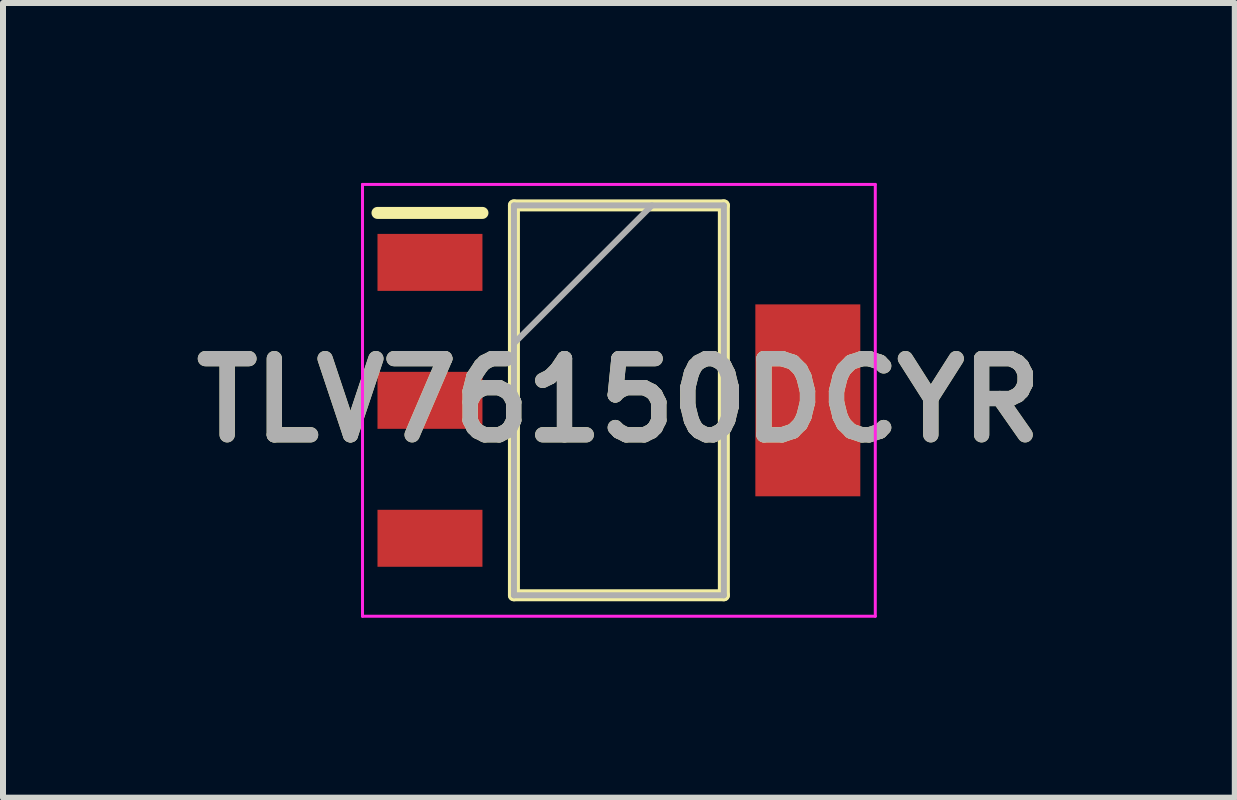
<source format=kicad_pcb>
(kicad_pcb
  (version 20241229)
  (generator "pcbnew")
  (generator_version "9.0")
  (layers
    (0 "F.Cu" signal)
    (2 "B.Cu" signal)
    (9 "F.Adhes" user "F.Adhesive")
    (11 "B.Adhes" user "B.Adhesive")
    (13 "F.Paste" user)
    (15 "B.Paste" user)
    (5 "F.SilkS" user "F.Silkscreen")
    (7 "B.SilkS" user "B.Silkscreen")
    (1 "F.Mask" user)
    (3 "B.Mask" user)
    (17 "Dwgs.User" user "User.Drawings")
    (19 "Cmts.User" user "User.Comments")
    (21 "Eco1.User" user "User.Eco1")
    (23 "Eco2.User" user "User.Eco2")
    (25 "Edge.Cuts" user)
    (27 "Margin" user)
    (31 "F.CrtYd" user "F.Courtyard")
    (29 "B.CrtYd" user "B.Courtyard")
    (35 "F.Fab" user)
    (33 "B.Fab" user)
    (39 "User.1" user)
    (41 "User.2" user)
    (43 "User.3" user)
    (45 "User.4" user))
  (footprint "TLV76150DCYR"
    (layer "F.Cu")
    (at 7.269 3.625)
    (property "Reference" "TLV76150DCYR" (at 0 0 0) (layer "F.SilkS") (effects (font (size 1.27 1.27) (thickness 0.254))))
    (attr smd)
    (fp_line (start -4.025 -3.125) (end -2.275 -3.125) (stroke (width 0.2) (type solid)) (layer "F.SilkS"))
    (fp_line (start -1.75 -3.25) (end 1.75 -3.25) (stroke (width 0.2) (type solid)) (layer "F.SilkS"))
    (fp_line (start -1.75 3.25) (end -1.75 -3.25) (stroke (width 0.2) (type solid)) (layer "F.SilkS"))
    (fp_line (start 1.75 -3.25) (end 1.75 3.25) (stroke (width 0.2) (type solid)) (layer "F.SilkS"))
    (fp_line (start 1.75 3.25) (end -1.75 3.25) (stroke (width 0.2) (type solid)) (layer "F.SilkS"))
    (fp_line (start -4.275 -3.6) (end 4.275 -3.6) (stroke (width 0.05) (type solid)) (layer "F.CrtYd"))
    (fp_line (start -4.275 3.6) (end -4.275 -3.6) (stroke (width 0.05) (type solid)) (layer "F.CrtYd"))
    (fp_line (start 4.275 -3.6) (end 4.275 3.6) (stroke (width 0.05) (type solid)) (layer "F.CrtYd"))
    (fp_line (start 4.275 3.6) (end -4.275 3.6) (stroke (width 0.05) (type solid)) (layer "F.CrtYd"))
    (fp_line (start -1.75 -3.25) (end 1.75 -3.25) (stroke (width 0.1) (type solid)) (layer "F.Fab"))
    (fp_line (start -1.75 -0.95) (end 0.55 -3.25) (stroke (width 0.1) (type solid)) (layer "F.Fab"))
    (fp_line (start -1.75 3.25) (end -1.75 -3.25) (stroke (width 0.1) (type solid)) (layer "F.Fab"))
    (fp_line (start 1.75 -3.25) (end 1.75 3.25) (stroke (width 0.1) (type solid)) (layer "F.Fab"))
    (fp_line (start 1.75 3.25) (end -1.75 3.25) (stroke (width 0.1) (type solid)) (layer "F.Fab"))
    (fp_text user "${REFERENCE}" (at 0 0 0) (layer "F.Fab") (effects (font (size 1.27 1.27) (thickness 0.254))))
    (pad "1" smd rect (at -3.15 -2.3 90) (size 0.95 1.75) (layers "F.Cu" "F.Mask" "F.Paste"))
    (pad "2" smd rect (at -3.15 0 90) (size 0.95 1.75) (layers "F.Cu" "F.Mask" "F.Paste"))
    (pad "3" smd rect (at -3.15 2.3 90) (size 0.95 1.75) (layers "F.Cu" "F.Mask" "F.Paste"))
    (pad "4" smd rect (at 3.15 0) (size 1.75 3.2) (layers "F.Cu" "F.Mask" "F.Paste")))
  (gr_rect
    (start -3 -3)
    (end 17.538 10.25)
    (stroke (width 0.1) (type default))
    (fill no)
    (layer "Edge.Cuts")))
</source>
